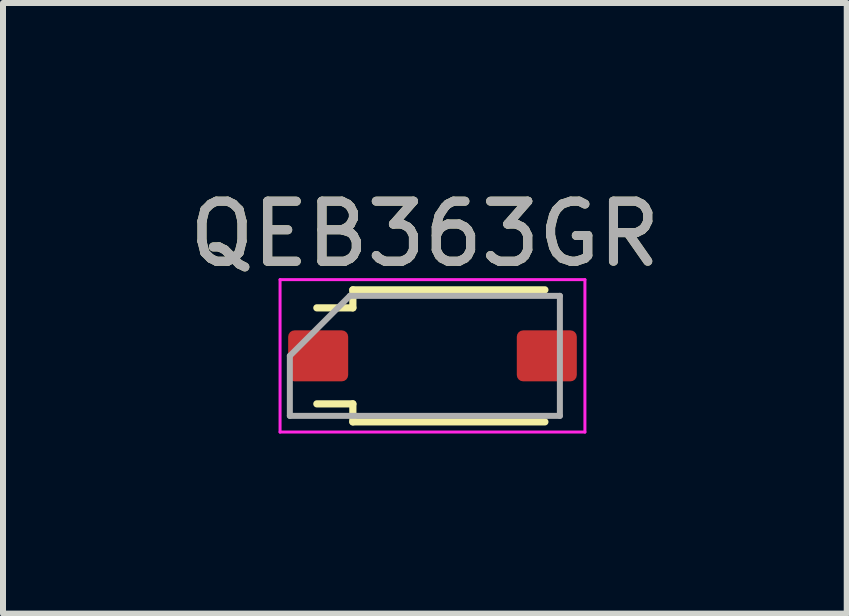
<source format=kicad_pcb>
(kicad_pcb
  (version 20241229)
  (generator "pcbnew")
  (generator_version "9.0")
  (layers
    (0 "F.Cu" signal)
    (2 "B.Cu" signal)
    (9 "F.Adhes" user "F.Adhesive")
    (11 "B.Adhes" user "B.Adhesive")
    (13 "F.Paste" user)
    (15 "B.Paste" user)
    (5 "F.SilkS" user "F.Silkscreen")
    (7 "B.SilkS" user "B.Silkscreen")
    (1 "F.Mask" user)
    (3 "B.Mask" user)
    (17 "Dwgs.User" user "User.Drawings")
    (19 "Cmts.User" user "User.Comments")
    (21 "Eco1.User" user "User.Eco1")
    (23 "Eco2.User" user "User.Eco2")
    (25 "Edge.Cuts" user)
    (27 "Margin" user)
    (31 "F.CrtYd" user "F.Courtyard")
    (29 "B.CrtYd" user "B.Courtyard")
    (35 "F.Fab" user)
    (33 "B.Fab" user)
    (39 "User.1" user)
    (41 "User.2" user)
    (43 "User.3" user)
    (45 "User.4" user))
  (footprint "QEB363GR"
    (layer "F.Cu")
    (at 4.03 2.88)
    (property "Reference" "QEB363GR" (at 0 -2.032 0) (layer "F.SilkS") (effects (font (size 1 1) (thickness 0.15))))
    (attr smd)
    (fp_line (start -1.8 0.8) (end -1.2 0.8) (stroke (width 0.12) (type solid)) (layer "F.SilkS"))
    (fp_line (start -1.2 -1.1) (end -1.2 -0.8) (stroke (width 0.12) (type solid)) (layer "F.SilkS"))
    (fp_line (start -1.2 -0.8) (end -1.8 -0.8) (stroke (width 0.12) (type solid)) (layer "F.SilkS"))
    (fp_line (start -1.2 0.8) (end -1.2 1.1) (stroke (width 0.12) (type solid)) (layer "F.SilkS"))
    (fp_line (start -1.2 1.1) (end 2 1.1) (stroke (width 0.12) (type solid)) (layer "F.SilkS"))
    (fp_line (start 2 -1.1) (end -1.2 -1.1) (stroke (width 0.12) (type solid)) (layer "F.SilkS"))
    (fp_line (start -2.413 -1.27) (end -2.413 1.27) (stroke (width 0.05) (type solid)) (layer "F.CrtYd"))
    (fp_line (start -2.413 -1.27) (end 2.667 -1.27) (stroke (width 0.05) (type solid)) (layer "F.CrtYd"))
    (fp_line (start 2.667 1.27) (end -2.413 1.27) (stroke (width 0.05) (type solid)) (layer "F.CrtYd"))
    (fp_line (start 2.667 1.27) (end 2.667 -1.27) (stroke (width 0.05) (type solid)) (layer "F.CrtYd"))
    (fp_line (start -2.25 0) (end -2.25 1) (stroke (width 0.1) (type solid)) (layer "F.Fab"))
    (fp_line (start -2.25 0) (end -1.25 -1) (stroke (width 0.1) (type solid)) (layer "F.Fab"))
    (fp_line (start -1.25 -1) (end 2.25 -1) (stroke (width 0.1) (type solid)) (layer "F.Fab"))
    (fp_line (start 2.25 -1) (end 2.25 1) (stroke (width 0.1) (type solid)) (layer "F.Fab"))
    (fp_line (start 2.25 1) (end -2.25 1) (stroke (width 0.1) (type solid)) (layer "F.Fab"))
    (fp_text user "${REFERENCE}" (at 0 -2.032 0) (layer "F.Fab") (effects (font (size 1 1) (thickness 0.15))))
    (pad "1" smd roundrect (at -1.778 0 180) (size 1 0.85) (layers "F.Cu" "F.Mask" "F.Paste") (roundrect_rratio 0.125))
    (pad "2" smd roundrect (at 2.032 0 180) (size 1 0.85) (layers "F.Cu" "F.Mask" "F.Paste") (roundrect_rratio 0.125)))
  (gr_rect
    (start -3 -3)
    (end 11.06 7.175)
    (stroke (width 0.1) (type default))
    (fill no)
    (layer "Edge.Cuts")))
</source>
